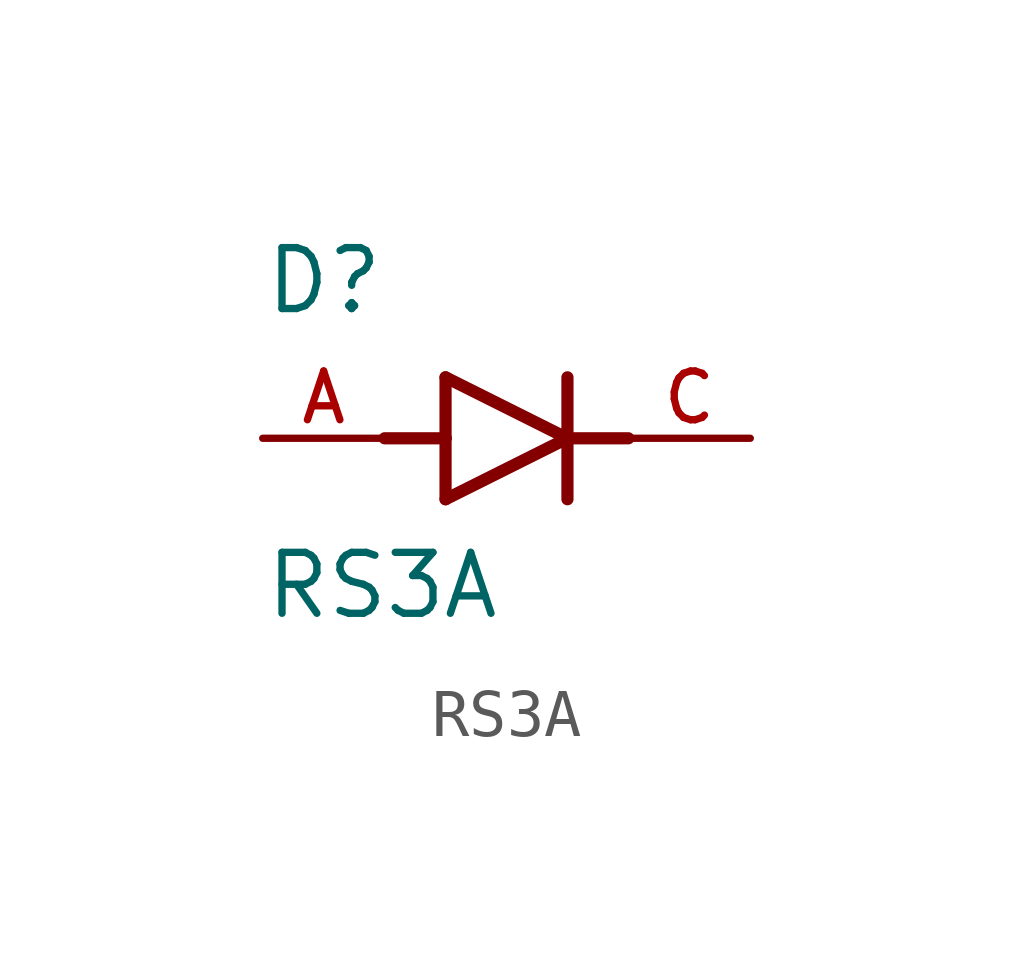
<source format=kicad_sym>
(kicad_symbol_lib
  (version 20211014)
  (generator kicad_symbol_editor)
  (symbol "RS3A"
    (pin_names
      (offset 1.016))
    (property "Reference" "D"
      (at -5.08 2.54 0)
      (effects (font (size 1.27 1.27)) (justify bottom left)))
    (property "Value" "RS3A"
      (at -5.08 -3.81 0)
      (effects (font (size 1.27 1.27)) (justify bottom left)))
    (symbol "RS3A_0_0"
      (polyline (pts (xy -1.27 -1.27) (xy 1.27 0.0)) (stroke (width 0.254)))
      (polyline (pts (xy 1.27 0.0) (xy -1.27 1.27)) (stroke (width 0.254)))
      (polyline (pts (xy 1.27 1.27) (xy 1.27 0.0)) (stroke (width 0.254)))
      (polyline (pts (xy -1.27 1.27) (xy -1.27 0.0)) (stroke (width 0.254)))
      (polyline (pts (xy -1.27 0.0) (xy -1.27 -1.27)) (stroke (width 0.254)))
      (polyline (pts (xy 1.27 0.0) (xy 1.27 -1.27)) (stroke (width 0.254)))
      (polyline (pts (xy -2.54 0.0) (xy -1.27 0.0)) (stroke (width 0.254)))
      (polyline (pts (xy 1.27 0.0) (xy 2.54 0.0)) (stroke (width 0.254)))
      (pin passive line (at 5.08 0.0 180.0) (length 2.54) (name "~" (effects (font (size 1.016 1.016)))) (number "C" (effects (font (size 1.016 1.016)))))
      (pin passive line (at -5.08 0.0 0) (length 2.54) (name "~" (effects (font (size 1.016 1.016)))) (number "A" (effects (font (size 1.016 1.016))))))))
</source>
